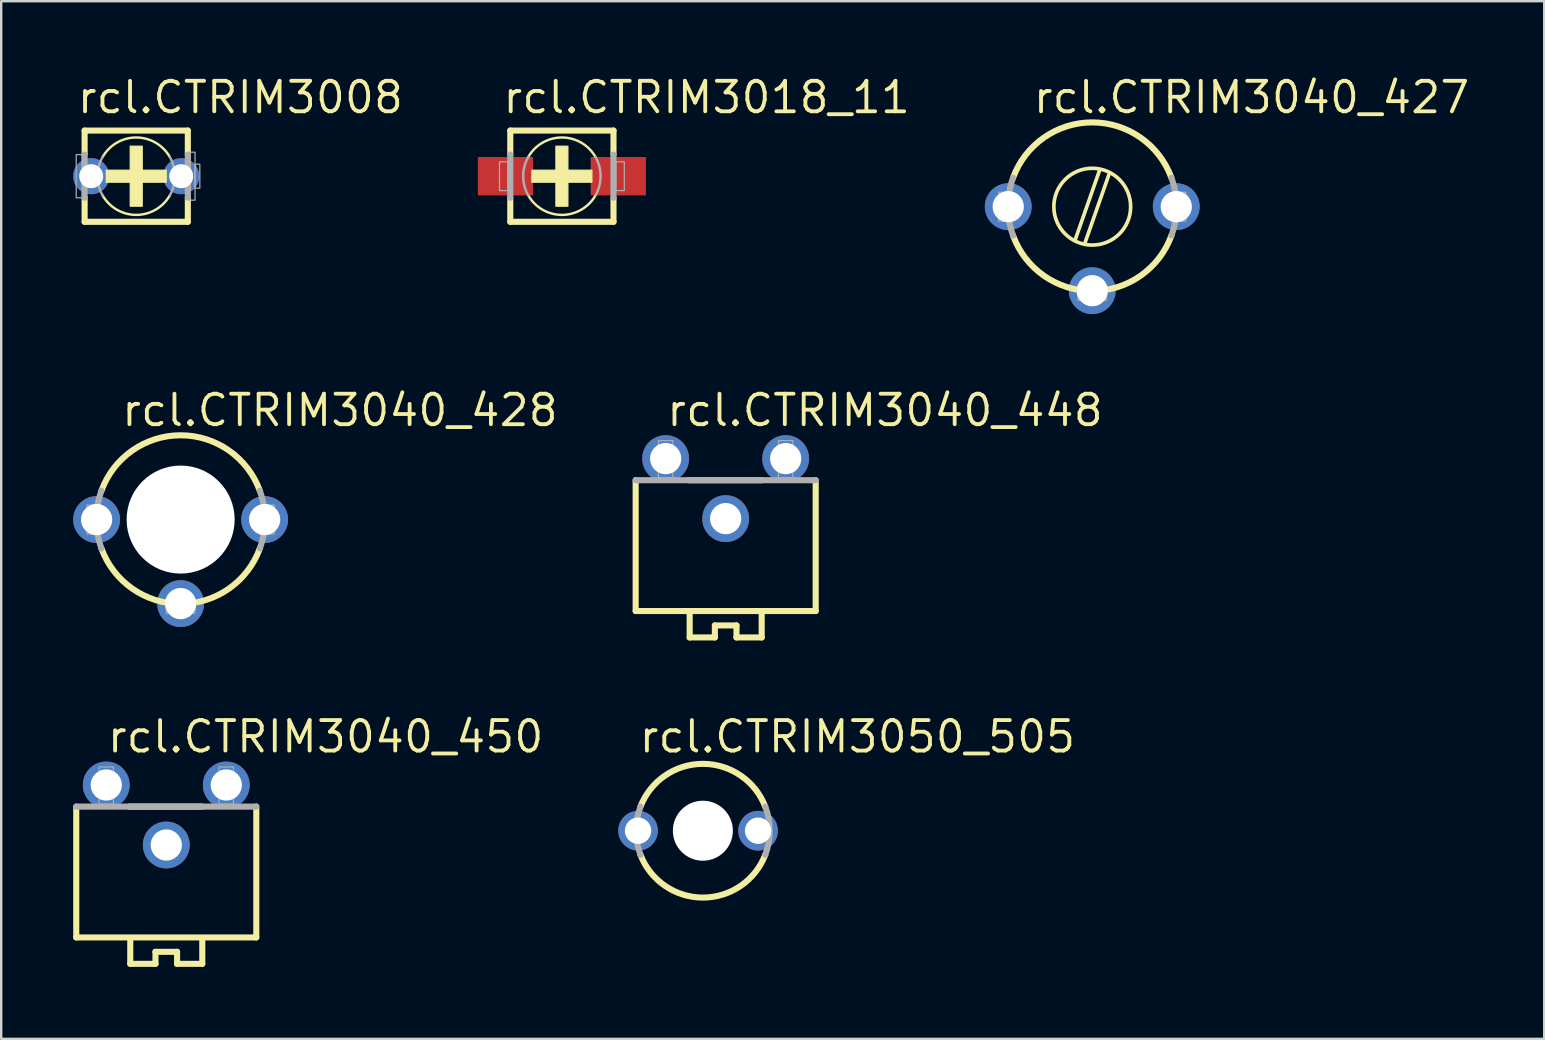
<source format=kicad_pcb>
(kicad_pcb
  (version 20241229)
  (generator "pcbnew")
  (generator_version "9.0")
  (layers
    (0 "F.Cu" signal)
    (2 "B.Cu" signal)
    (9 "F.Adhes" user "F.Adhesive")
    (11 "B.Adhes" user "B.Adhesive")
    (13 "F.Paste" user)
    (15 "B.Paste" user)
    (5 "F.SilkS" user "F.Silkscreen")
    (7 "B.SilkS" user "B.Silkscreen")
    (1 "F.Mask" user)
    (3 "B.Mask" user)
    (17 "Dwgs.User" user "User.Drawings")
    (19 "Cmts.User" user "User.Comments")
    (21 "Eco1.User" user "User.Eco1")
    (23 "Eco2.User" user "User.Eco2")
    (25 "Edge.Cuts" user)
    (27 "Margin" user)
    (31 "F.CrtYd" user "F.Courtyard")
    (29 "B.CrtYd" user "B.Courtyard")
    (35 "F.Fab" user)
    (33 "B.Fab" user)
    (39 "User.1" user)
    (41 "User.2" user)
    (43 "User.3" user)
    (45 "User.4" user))
  (footprint "rcl.CTRIM3040_450"
    (layer "F.Cu")
    (at 3.877 33.462)
    (property "Reference" "rcl.CTRIM3040_450" (at -2.54 -5.08 0) (layer "F.SilkS") (effects (font (size 1.27 1.27) (thickness 0.16)) (justify left bottom)))
    (attr through_hole)
    (fp_line (start -3.75 2.54) (end -3.75 -2.91) (stroke (width 0.254) (type default)) (layer "F.SilkS"))
    (fp_line (start -1.55 -2.91) (end 1.5 -2.91) (stroke (width 0.254) (type default)) (layer "F.SilkS"))
    (fp_line (start -1.5 2.64) (end -1.5 3.64) (stroke (width 0.254) (type default)) (layer "F.SilkS"))
    (fp_line (start -1.5 3.64) (end -0.45 3.64) (stroke (width 0.254) (type default)) (layer "F.SilkS"))
    (fp_line (start -0.45 3.14) (end 0.45 3.14) (stroke (width 0.254) (type default)) (layer "F.SilkS"))
    (fp_line (start -0.45 3.64) (end -0.45 3.14) (stroke (width 0.254) (type default)) (layer "F.SilkS"))
    (fp_line (start 0.45 3.14) (end 0.45 3.64) (stroke (width 0.254) (type default)) (layer "F.SilkS"))
    (fp_line (start 0.45 3.64) (end 1.5 3.64) (stroke (width 0.254) (type default)) (layer "F.SilkS"))
    (fp_line (start 1.5 3.64) (end 1.5 2.64) (stroke (width 0.254) (type default)) (layer "F.SilkS"))
    (fp_line (start 3.75 -2.91) (end 3.75 2.54) (stroke (width 0.254) (type default)) (layer "F.SilkS"))
    (fp_line (start 3.75 2.54) (end -3.75 2.54) (stroke (width 0.254) (type default)) (layer "F.SilkS"))
    (fp_line (start -3.75 -2.91) (end 3.75 -2.91) (stroke (width 0.254) (type default)) (layer "F.Fab"))
    (fp_rect (start -2.8 -3.01) (end -2.2 -4.56) (stroke (width 0.05) (type default)) (fill no) (layer "F.Fab"))
    (fp_rect (start 2.2 -3.01) (end 2.8 -4.56) (stroke (width 0.05) (type default)) (fill no) (layer "F.Fab"))
    (pad "1A" thru_hole circle (at -2.5 -3.81) (size 1.95 1.95) (drill 1.3) (layers "*.Cu" "*.Mask"))
    (pad "1B" thru_hole circle (at 2.5 -3.81) (size 1.95 1.95) (drill 1.3) (layers "*.Cu" "*.Mask"))
    (pad "2" thru_hole circle (at 0 -1.31) (size 1.95 1.95) (drill 1.3) (layers "*.Cu" "*.Mask")))
  (footprint "rcl.CTRIM3040_428"
    (layer "F.Cu")
    (at 4.475 18.595)
    (property "Reference" "rcl.CTRIM3040_428" (at -2.54 -3.81 0) (layer "F.SilkS") (effects (font (size 1.27 1.27) (thickness 0.16)) (justify left bottom)))
    (attr through_hole)
    (fp_line (start -0.3 1.5) (end 0.7 -1.3) (stroke (width 0.152) (type default)) (layer "F.SilkS"))
    (fp_line (start 0.3 -1.5) (end -0.7 1.3) (stroke (width 0.152) (type default)) (layer "F.SilkS"))
    (fp_arc (start -3.3 -1.2) (mid 0 -3.51141) (end 3.3 -1.2) (stroke (width 0.254) (type default)) (layer "F.SilkS"))
    (fp_arc (start 3.3 1.2) (mid 0 3.51141) (end -3.3 1.2) (stroke (width 0.254) (type default)) (layer "F.SilkS"))
    (fp_circle (center 0 0) (end 1.6 0) (stroke (width 0.152) (type default)) (fill no) (layer "F.SilkS"))
    (fp_rect (start -3.9 0.6) (end -3.5 -0.6) (stroke (width 0.05) (type default)) (fill no) (layer "F.Fab"))
    (fp_rect (start -0.6 3.9) (end 0.6 3.5) (stroke (width 0.05) (type default)) (fill no) (layer "F.Fab"))
    (fp_rect (start 3.5 0.6) (end 3.9 -0.6) (stroke (width 0.05) (type default)) (fill no) (layer "F.Fab"))
    (fp_arc (start -3.3 1.2) (mid -3.51141 0) (end -3.3 -1.2) (stroke (width 0.254) (type default)) (layer "F.Fab"))
    (fp_arc (start 3.3 -1.2) (mid 3.51141 0) (end 3.3 1.2) (stroke (width 0.254) (type default)) (layer "F.Fab"))
    (pad "" np_thru_hole circle (at 0 0) (size 4.5 4.5) (drill 4.5) (layers "*.Cu" "*.Mask"))
    (pad "1A" thru_hole circle (at -3.5 0) (size 1.95 1.95) (drill 1.3) (layers "*.Cu" "*.Mask"))
    (pad "1B" thru_hole circle (at 3.5 0) (size 1.95 1.95) (drill 1.3) (layers "*.Cu" "*.Mask"))
    (pad "2" thru_hole circle (at 0 3.5) (size 1.95 1.95) (drill 1.3) (layers "*.Cu" "*.Mask")))
  (footprint "rcl.CTRIM3040_448"
    (layer "F.Cu")
    (at 27.181 19.865)
    (property "Reference" "rcl.CTRIM3040_448" (at -2.54 -5.08 0) (layer "F.SilkS") (effects (font (size 1.27 1.27) (thickness 0.16)) (justify left bottom)))
    (attr through_hole)
    (fp_line (start -3.75 2.54) (end -3.75 -2.91) (stroke (width 0.254) (type default)) (layer "F.SilkS"))
    (fp_line (start -1.55 -2.91) (end 1.5 -2.91) (stroke (width 0.254) (type default)) (layer "F.SilkS"))
    (fp_line (start -1.5 2.64) (end -1.5 3.64) (stroke (width 0.254) (type default)) (layer "F.SilkS"))
    (fp_line (start -1.5 3.64) (end -0.45 3.64) (stroke (width 0.254) (type default)) (layer "F.SilkS"))
    (fp_line (start -0.45 3.14) (end 0.45 3.14) (stroke (width 0.254) (type default)) (layer "F.SilkS"))
    (fp_line (start -0.45 3.64) (end -0.45 3.14) (stroke (width 0.254) (type default)) (layer "F.SilkS"))
    (fp_line (start 0.45 3.14) (end 0.45 3.64) (stroke (width 0.254) (type default)) (layer "F.SilkS"))
    (fp_line (start 0.45 3.64) (end 1.5 3.64) (stroke (width 0.254) (type default)) (layer "F.SilkS"))
    (fp_line (start 1.5 3.64) (end 1.5 2.64) (stroke (width 0.254) (type default)) (layer "F.SilkS"))
    (fp_line (start 3.75 -2.91) (end 3.75 2.54) (stroke (width 0.254) (type default)) (layer "F.SilkS"))
    (fp_line (start 3.75 2.54) (end -3.75 2.54) (stroke (width 0.254) (type default)) (layer "F.SilkS"))
    (fp_line (start -3.75 -2.91) (end 3.75 -2.91) (stroke (width 0.254) (type default)) (layer "F.Fab"))
    (fp_rect (start -2.8 -3.01) (end -2.2 -4.56) (stroke (width 0.05) (type default)) (fill no) (layer "F.Fab"))
    (fp_rect (start 2.2 -3.01) (end 2.8 -4.56) (stroke (width 0.05) (type default)) (fill no) (layer "F.Fab"))
    (pad "1A" thru_hole circle (at -2.5 -3.81) (size 1.95 1.95) (drill 1.3) (layers "*.Cu" "*.Mask"))
    (pad "1B" thru_hole circle (at 2.5 -3.81) (size 1.95 1.95) (drill 1.3) (layers "*.Cu" "*.Mask"))
    (pad "2" thru_hole circle (at 0 -1.31) (size 1.95 1.95) (drill 1.3) (layers "*.Cu" "*.Mask")))
  (footprint "rcl.CTRIM3050_505"
    (layer "F.Cu")
    (at 26.031 31.557)
    (property "Reference" "rcl.CTRIM3050_505" (at -2.54 -3.175 0) (layer "F.SilkS") (effects (font (size 1.27 1.27) (thickness 0.16)) (justify left bottom)))
    (attr through_hole)
    (fp_line (start -0.7 -0.4) (end 0.6 0.9) (stroke (width 0.152) (type default)) (layer "F.SilkS"))
    (fp_line (start -0.2 -0.9) (end 1.1 0.4) (stroke (width 0.152) (type default)) (layer "F.SilkS"))
    (fp_arc (start -2.4 -1) (mid 0.2 -2.785678) (end 2.8 -1) (stroke (width 0.254) (type default)) (layer "F.SilkS"))
    (fp_arc (start 2.8 1) (mid 0.2 2.785678) (end -2.4 1) (stroke (width 0.254) (type default)) (layer "F.SilkS"))
    (fp_circle (center 0.2 0) (end 1.2 0) (stroke (width 0.152) (type default)) (fill no) (layer "F.SilkS"))
    (fp_arc (start -2.4 1) (mid -2.585678 0) (end -2.4 -1) (stroke (width 0.254) (type default)) (layer "F.Fab"))
    (fp_arc (start 2.8 -1) (mid 2.985678 0) (end 2.8 1) (stroke (width 0.254) (type default)) (layer "F.Fab"))
    (pad "" np_thru_hole circle (at 0.2 0) (size 2.5 2.5) (drill 2.5) (layers "*.Cu" "*.Mask"))
    (pad "1" thru_hole circle (at -2.5 0) (size 1.65 1.65) (drill 1.1) (layers "*.Cu" "*.Mask"))
    (pad "2" thru_hole circle (at 2.5 0) (size 1.65 1.65) (drill 1.1) (layers "*.Cu" "*.Mask")))
  (footprint "rcl.CTRIM3008"
    (layer "F.Cu")
    (at 2.625 4.29)
    (property "Reference" "rcl.CTRIM3008" (at -2.54 -2.54 0) (layer "F.SilkS") (effects (font (size 1.27 1.27) (thickness 0.16)) (justify left bottom)))
    (attr through_hole)
    (fp_line (start -2.15 -1.9) (end 2.15 -1.9) (stroke (width 0.254) (type default)) (layer "F.SilkS"))
    (fp_line (start -2.15 -0.9) (end -2.15 -1.9) (stroke (width 0.254) (type default)) (layer "F.SilkS"))
    (fp_line (start -2.15 1.9) (end -2.15 0.9) (stroke (width 0.254) (type default)) (layer "F.SilkS"))
    (fp_line (start 2.15 -1.9) (end 2.15 -0.9) (stroke (width 0.254) (type default)) (layer "F.SilkS"))
    (fp_line (start 2.15 0.9) (end 2.15 1.9) (stroke (width 0.254) (type default)) (layer "F.SilkS"))
    (fp_line (start 2.15 1.9) (end -2.15 1.9) (stroke (width 0.254) (type default)) (layer "F.SilkS"))
    (fp_rect (start -1.25 0.25) (end 1.25 -0.25) (stroke (width 0.05) (type default)) (fill yes) (layer "F.SilkS"))
    (fp_rect (start -0.25 1.25) (end 0.25 -1.25) (stroke (width 0.05) (type default)) (fill yes) (layer "F.SilkS"))
    (fp_arc (start -1.4 -0.8) (mid 0 -1.612452) (end 1.4 -0.8) (stroke (width 0.1016) (type default)) (layer "F.SilkS"))
    (fp_arc (start 1.4 0.8) (mid 0 1.612452) (end -1.4 0.8) (stroke (width 0.1016) (type default)) (layer "F.SilkS"))
    (fp_line (start -2.15 0.9) (end -2.15 -0.9) (stroke (width 0.254) (type default)) (layer "F.Fab"))
    (fp_line (start 2.15 -0.9) (end 2.15 0.9) (stroke (width 0.254) (type default)) (layer "F.Fab"))
    (fp_rect (start -2.5 0.9) (end -2.25 -0.9) (stroke (width 0.05) (type default)) (fill no) (layer "F.Fab"))
    (fp_rect (start 2.25 1) (end 2.45 -1) (stroke (width 0.05) (type default)) (fill no) (layer "F.Fab"))
    (fp_rect (start 2.45 0.5) (end 2.65 -0.5) (stroke (width 0.05) (type default)) (fill no) (layer "F.Fab"))
    (fp_arc (start -1.4 0.8) (mid -1.612452 0) (end -1.4 -0.8) (stroke (width 0.1016) (type default)) (layer "F.Fab"))
    (fp_arc (start 1.4 -0.8) (mid 1.612452 0) (end 1.4 0.8) (stroke (width 0.1016) (type default)) (layer "F.Fab"))
    (pad "+" thru_hole circle (at -1.875 0) (size 1.5 1.5) (drill 1) (layers "*.Cu" "*.Mask"))
    (pad "-" thru_hole circle (at 1.875 0) (size 1.5 1.5) (drill 1) (layers "*.Cu" "*.Mask")))
  (footprint "rcl.CTRIM3018_11"
    (layer "F.Cu")
    (at 20.358 4.29)
    (property "Reference" "rcl.CTRIM3018_11" (at -2.54 -2.54 0) (layer "F.SilkS") (effects (font (size 1.27 1.27) (thickness 0.16)) (justify left bottom)))
    (attr smd)
    (fp_line (start -2.15 -1.9) (end 2.15 -1.9) (stroke (width 0.254) (type default)) (layer "F.SilkS"))
    (fp_line (start -2.15 -0.9) (end -2.15 -1.9) (stroke (width 0.254) (type default)) (layer "F.SilkS"))
    (fp_line (start -2.15 1.9) (end -2.15 0.9) (stroke (width 0.254) (type default)) (layer "F.SilkS"))
    (fp_line (start 2.15 -1.9) (end 2.15 -0.9) (stroke (width 0.254) (type default)) (layer "F.SilkS"))
    (fp_line (start 2.15 0.9) (end 2.15 1.9) (stroke (width 0.254) (type default)) (layer "F.SilkS"))
    (fp_line (start 2.15 1.9) (end -2.15 1.9) (stroke (width 0.254) (type default)) (layer "F.SilkS"))
    (fp_rect (start -1.25 0.25) (end 1.25 -0.25) (stroke (width 0.05) (type default)) (fill yes) (layer "F.SilkS"))
    (fp_rect (start -0.25 1.25) (end 0.25 -1.25) (stroke (width 0.05) (type default)) (fill yes) (layer "F.SilkS"))
    (fp_arc (start -1.4 -0.8) (mid 0 -1.612452) (end 1.4 -0.8) (stroke (width 0.1016) (type default)) (layer "F.SilkS"))
    (fp_arc (start 1.4 0.8) (mid 0 1.612452) (end -1.4 0.8) (stroke (width 0.1016) (type default)) (layer "F.SilkS"))
    (fp_line (start -2.15 0.9) (end -2.15 -0.9) (stroke (width 0.254) (type default)) (layer "F.Fab"))
    (fp_line (start 2.15 -0.9) (end 2.15 0.9) (stroke (width 0.254) (type default)) (layer "F.Fab"))
    (fp_rect (start -2.6 0.6) (end -2.25 -0.6) (stroke (width 0.05) (type default)) (fill no) (layer "F.Fab"))
    (fp_rect (start 2.25 0.6) (end 2.6 -0.6) (stroke (width 0.05) (type default)) (fill no) (layer "F.Fab"))
    (fp_arc (start -1.4 0.8) (mid -1.612452 0) (end -1.4 -0.8) (stroke (width 0.1016) (type default)) (layer "F.Fab"))
    (fp_arc (start 1.4 -0.8) (mid 1.612452 0) (end 1.4 0.8) (stroke (width 0.1016) (type default)) (layer "F.Fab"))
    (pad "+" smd roundrect (at -2.35 0) (size 2.3 1.6) (layers "F.Cu" "F.Mask" "F.Paste") (roundrect_rratio 0.01))
    (pad "-" smd roundrect (at 2.35 0) (size 2.3 1.6) (layers "F.Cu" "F.Mask" "F.Paste") (roundrect_rratio 0.01)))
  (footprint "rcl.CTRIM3040_427"
    (layer "F.Cu")
    (at 42.452 5.56)
    (property "Reference" "rcl.CTRIM3040_427" (at -2.54 -3.81 0) (layer "F.SilkS") (effects (font (size 1.27 1.27) (thickness 0.16)) (justify left bottom)))
    (attr through_hole)
    (fp_line (start -0.3 1.5) (end 0.7 -1.35) (stroke (width 0.152) (type default)) (layer "F.SilkS"))
    (fp_line (start 0.3 -1.5) (end -0.7 1.35) (stroke (width 0.152) (type default)) (layer "F.SilkS"))
    (fp_arc (start -3.3 -1.2) (mid 0 -3.51141) (end 3.3 -1.2) (stroke (width 0.254) (type default)) (layer "F.SilkS"))
    (fp_arc (start 3.3 1.2) (mid 0 3.51141) (end -3.3 1.2) (stroke (width 0.254) (type default)) (layer "F.SilkS"))
    (fp_circle (center 0 0) (end 1.6 0) (stroke (width 0.152) (type default)) (fill no) (layer "F.SilkS"))
    (fp_rect (start -3.9 0.6) (end -3.5 -0.6) (stroke (width 0.05) (type default)) (fill no) (layer "F.Fab"))
    (fp_rect (start -0.6 3.9) (end 0.6 3.5) (stroke (width 0.05) (type default)) (fill no) (layer "F.Fab"))
    (fp_rect (start 3.5 0.6) (end 3.9 -0.6) (stroke (width 0.05) (type default)) (fill no) (layer "F.Fab"))
    (fp_arc (start -3.3 1.2) (mid -3.51141 0) (end -3.3 -1.2) (stroke (width 0.254) (type default)) (layer "F.Fab"))
    (fp_arc (start 3.3 -1.2) (mid 3.51141 0) (end 3.3 1.2) (stroke (width 0.254) (type default)) (layer "F.Fab"))
    (pad "1A" thru_hole circle (at -3.5 0) (size 1.95 1.95) (drill 1.3) (layers "*.Cu" "*.Mask"))
    (pad "1B" thru_hole circle (at 3.5 0) (size 1.95 1.95) (drill 1.3) (layers "*.Cu" "*.Mask"))
    (pad "2" thru_hole circle (at 0 3.5) (size 1.95 1.95) (drill 1.3) (layers "*.Cu" "*.Mask")))
  (gr_rect
    (start -3 -3)
    (end 61.281 40.229)
    (stroke (width 0.1) (type default))
    (fill no)
    (layer "Edge.Cuts")))
</source>
